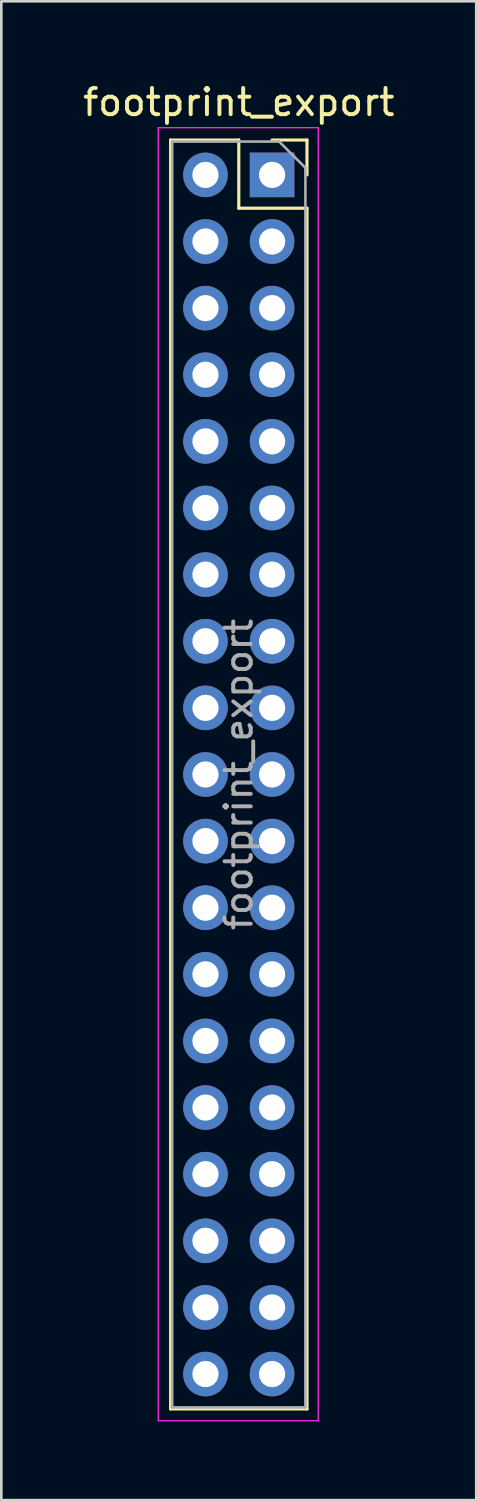
<source format=kicad_pcb>
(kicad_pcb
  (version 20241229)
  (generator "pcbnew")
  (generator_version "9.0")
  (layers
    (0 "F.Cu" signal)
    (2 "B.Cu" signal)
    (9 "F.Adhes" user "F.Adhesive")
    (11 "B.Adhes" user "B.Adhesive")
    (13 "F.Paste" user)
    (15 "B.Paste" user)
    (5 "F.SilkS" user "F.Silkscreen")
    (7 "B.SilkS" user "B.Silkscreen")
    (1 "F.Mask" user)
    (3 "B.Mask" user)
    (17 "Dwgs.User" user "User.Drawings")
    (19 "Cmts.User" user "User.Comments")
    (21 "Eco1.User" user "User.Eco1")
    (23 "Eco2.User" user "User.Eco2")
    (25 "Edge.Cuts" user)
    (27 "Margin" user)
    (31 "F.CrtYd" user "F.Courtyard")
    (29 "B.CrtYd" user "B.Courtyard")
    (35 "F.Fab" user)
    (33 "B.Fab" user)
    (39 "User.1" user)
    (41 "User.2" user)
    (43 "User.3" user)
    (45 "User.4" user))
  (footprint "footprint_export"
    (layer "F.Cu")
    (at 7.324 3.618)
    (property "Reference" "footprint_export" (at -1.27 -2.77 0) (layer "F.SilkS") (effects (font (size 1 1) (thickness 0.15))))
    (attr through_hole)
    (fp_line (start -3.87 -1.33) (end -3.87 47.05) (stroke (width 0.12) (type solid)) (layer "F.SilkS"))
    (fp_line (start -3.87 -1.33) (end -1.27 -1.33) (stroke (width 0.12) (type solid)) (layer "F.SilkS"))
    (fp_line (start -3.87 47.05) (end 1.33 47.05) (stroke (width 0.12) (type solid)) (layer "F.SilkS"))
    (fp_line (start -1.27 -1.33) (end -1.27 1.27) (stroke (width 0.12) (type solid)) (layer "F.SilkS"))
    (fp_line (start -1.27 1.27) (end 1.33 1.27) (stroke (width 0.12) (type solid)) (layer "F.SilkS"))
    (fp_line (start 0 -1.33) (end 1.33 -1.33) (stroke (width 0.12) (type solid)) (layer "F.SilkS"))
    (fp_line (start 1.33 -1.33) (end 1.33 0) (stroke (width 0.12) (type solid)) (layer "F.SilkS"))
    (fp_line (start 1.33 1.27) (end 1.33 47.05) (stroke (width 0.12) (type solid)) (layer "F.SilkS"))
    (fp_line (start -4.34 -1.8) (end 1.76 -1.8) (stroke (width 0.05) (type solid)) (layer "F.CrtYd"))
    (fp_line (start -4.34 47.5) (end -4.34 -1.8) (stroke (width 0.05) (type solid)) (layer "F.CrtYd"))
    (fp_line (start 1.76 -1.8) (end 1.76 47.5) (stroke (width 0.05) (type solid)) (layer "F.CrtYd"))
    (fp_line (start 1.76 47.5) (end -4.34 47.5) (stroke (width 0.05) (type solid)) (layer "F.CrtYd"))
    (fp_line (start -3.81 -1.27) (end 0.27 -1.27) (stroke (width 0.1) (type solid)) (layer "F.Fab"))
    (fp_line (start -3.81 46.99) (end -3.81 -1.27) (stroke (width 0.1) (type solid)) (layer "F.Fab"))
    (fp_line (start 0.27 -1.27) (end 1.27 -0.27) (stroke (width 0.1) (type solid)) (layer "F.Fab"))
    (fp_line (start 1.27 -0.27) (end 1.27 46.99) (stroke (width 0.1) (type solid)) (layer "F.Fab"))
    (fp_line (start 1.27 46.99) (end -3.81 46.99) (stroke (width 0.1) (type solid)) (layer "F.Fab"))
    (fp_text user "${REFERENCE}" (at -1.27 22.86 90) (layer "F.Fab") (effects (font (size 1 1) (thickness 0.15))))
    (pad "1" thru_hole rect (at 0 0) (size 1.7 1.7) (drill 1) (layers "*.Cu" "*.Mask"))
    (pad "2" thru_hole oval (at -2.54 0) (size 1.7 1.7) (drill 1) (layers "*.Cu" "*.Mask"))
    (pad "3" thru_hole oval (at 0 2.54) (size 1.7 1.7) (drill 1) (layers "*.Cu" "*.Mask"))
    (pad "4" thru_hole oval (at -2.54 2.54) (size 1.7 1.7) (drill 1) (layers "*.Cu" "*.Mask"))
    (pad "5" thru_hole oval (at 0 5.08) (size 1.7 1.7) (drill 1) (layers "*.Cu" "*.Mask"))
    (pad "6" thru_hole oval (at -2.54 5.08) (size 1.7 1.7) (drill 1) (layers "*.Cu" "*.Mask"))
    (pad "7" thru_hole oval (at 0 7.62) (size 1.7 1.7) (drill 1) (layers "*.Cu" "*.Mask"))
    (pad "8" thru_hole oval (at -2.54 7.62) (size 1.7 1.7) (drill 1) (layers "*.Cu" "*.Mask"))
    (pad "9" thru_hole oval (at 0 10.16) (size 1.7 1.7) (drill 1) (layers "*.Cu" "*.Mask"))
    (pad "10" thru_hole oval (at -2.54 10.16) (size 1.7 1.7) (drill 1) (layers "*.Cu" "*.Mask"))
    (pad "11" thru_hole oval (at 0 12.7) (size 1.7 1.7) (drill 1) (layers "*.Cu" "*.Mask"))
    (pad "12" thru_hole oval (at -2.54 12.7) (size 1.7 1.7) (drill 1) (layers "*.Cu" "*.Mask"))
    (pad "13" thru_hole oval (at 0 15.24) (size 1.7 1.7) (drill 1) (layers "*.Cu" "*.Mask"))
    (pad "14" thru_hole oval (at -2.54 15.24) (size 1.7 1.7) (drill 1) (layers "*.Cu" "*.Mask"))
    (pad "15" thru_hole oval (at 0 17.78) (size 1.7 1.7) (drill 1) (layers "*.Cu" "*.Mask"))
    (pad "16" thru_hole oval (at -2.54 17.78) (size 1.7 1.7) (drill 1) (layers "*.Cu" "*.Mask"))
    (pad "17" thru_hole oval (at 0 20.32) (size 1.7 1.7) (drill 1) (layers "*.Cu" "*.Mask"))
    (pad "18" thru_hole oval (at -2.54 20.32) (size 1.7 1.7) (drill 1) (layers "*.Cu" "*.Mask"))
    (pad "19" thru_hole oval (at 0 22.86) (size 1.7 1.7) (drill 1) (layers "*.Cu" "*.Mask"))
    (pad "20" thru_hole oval (at -2.54 22.86) (size 1.7 1.7) (drill 1) (layers "*.Cu" "*.Mask"))
    (pad "21" thru_hole oval (at 0 25.4) (size 1.7 1.7) (drill 1) (layers "*.Cu" "*.Mask"))
    (pad "22" thru_hole oval (at -2.54 25.4) (size 1.7 1.7) (drill 1) (layers "*.Cu" "*.Mask"))
    (pad "23" thru_hole oval (at 0 27.94) (size 1.7 1.7) (drill 1) (layers "*.Cu" "*.Mask"))
    (pad "24" thru_hole oval (at -2.54 27.94) (size 1.7 1.7) (drill 1) (layers "*.Cu" "*.Mask"))
    (pad "25" thru_hole oval (at 0 30.48) (size 1.7 1.7) (drill 1) (layers "*.Cu" "*.Mask"))
    (pad "26" thru_hole oval (at -2.54 30.48) (size 1.7 1.7) (drill 1) (layers "*.Cu" "*.Mask"))
    (pad "27" thru_hole oval (at 0 33.02) (size 1.7 1.7) (drill 1) (layers "*.Cu" "*.Mask"))
    (pad "28" thru_hole oval (at -2.54 33.02) (size 1.7 1.7) (drill 1) (layers "*.Cu" "*.Mask"))
    (pad "29" thru_hole oval (at 0 35.56) (size 1.7 1.7) (drill 1) (layers "*.Cu" "*.Mask"))
    (pad "30" thru_hole oval (at -2.54 35.56) (size 1.7 1.7) (drill 1) (layers "*.Cu" "*.Mask"))
    (pad "31" thru_hole oval (at 0 38.1) (size 1.7 1.7) (drill 1) (layers "*.Cu" "*.Mask"))
    (pad "32" thru_hole oval (at -2.54 38.1) (size 1.7 1.7) (drill 1) (layers "*.Cu" "*.Mask"))
    (pad "33" thru_hole oval (at 0 40.64) (size 1.7 1.7) (drill 1) (layers "*.Cu" "*.Mask"))
    (pad "34" thru_hole oval (at -2.54 40.64) (size 1.7 1.7) (drill 1) (layers "*.Cu" "*.Mask"))
    (pad "35" thru_hole oval (at 0 43.18) (size 1.7 1.7) (drill 1) (layers "*.Cu" "*.Mask"))
    (pad "36" thru_hole oval (at -2.54 43.18) (size 1.7 1.7) (drill 1) (layers "*.Cu" "*.Mask"))
    (pad "37" thru_hole oval (at 0 45.72) (size 1.7 1.7) (drill 1) (layers "*.Cu" "*.Mask"))
    (pad "38" thru_hole oval (at -2.54 45.72) (size 1.7 1.7) (drill 1) (layers "*.Cu" "*.Mask")))
  (gr_rect
    (start -3 -3)
    (end 15.107 54.143)
    (stroke (width 0.1) (type default))
    (fill no)
    (layer "Edge.Cuts")))
</source>
